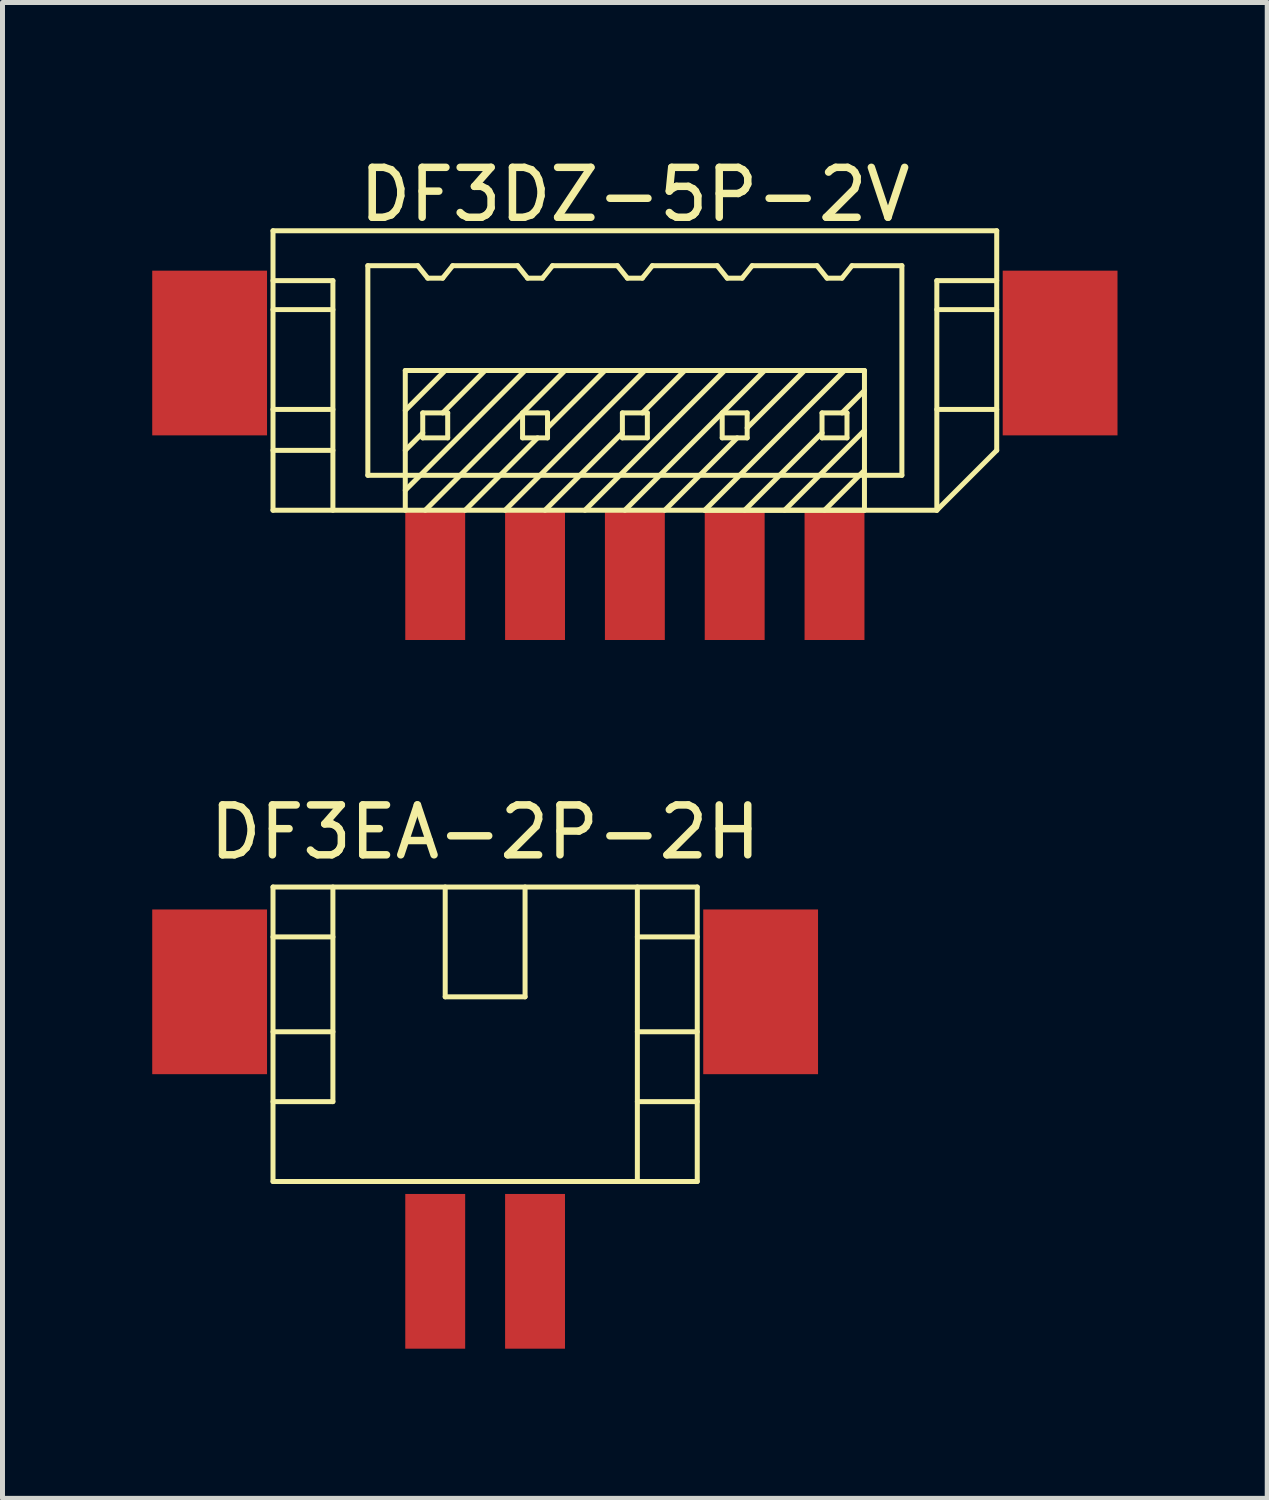
<source format=kicad_pcb>
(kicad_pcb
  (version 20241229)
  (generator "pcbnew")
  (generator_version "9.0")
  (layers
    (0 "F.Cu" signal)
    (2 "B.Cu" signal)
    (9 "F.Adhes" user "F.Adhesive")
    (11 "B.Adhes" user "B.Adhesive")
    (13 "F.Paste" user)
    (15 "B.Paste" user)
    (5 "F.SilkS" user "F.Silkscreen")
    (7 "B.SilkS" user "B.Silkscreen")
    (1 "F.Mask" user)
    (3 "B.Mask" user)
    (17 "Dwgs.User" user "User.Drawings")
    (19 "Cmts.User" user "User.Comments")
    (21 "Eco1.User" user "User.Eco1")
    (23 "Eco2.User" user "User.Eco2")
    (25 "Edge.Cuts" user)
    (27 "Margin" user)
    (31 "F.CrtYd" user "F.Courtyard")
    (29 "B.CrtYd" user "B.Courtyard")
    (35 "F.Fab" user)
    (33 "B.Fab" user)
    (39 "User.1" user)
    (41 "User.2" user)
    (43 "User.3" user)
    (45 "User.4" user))
  (footprint "DF3DZ-5P-2V"
    (layer "F.Cu")
    (at 9.67 4.023)
    (property "Reference" "DF3DZ-5P-2V" (at 0 -3.175 0) (layer "F.SilkS") (effects (font (size 1 1) (thickness 0.15))))
    (attr through_hole)
    (fp_line (start -7.25 -2.45) (end -7.25 3.15) (stroke (width 0.1) (type solid)) (layer "F.SilkS"))
    (fp_line (start -7.25 -2.45) (end 7.25 -2.45) (stroke (width 0.1) (type solid)) (layer "F.SilkS"))
    (fp_line (start -7.25 -0.87) (end -6.05 -0.87) (stroke (width 0.1) (type solid)) (layer "F.SilkS"))
    (fp_line (start -7.25 1.13) (end -6.05 1.13) (stroke (width 0.1) (type solid)) (layer "F.SilkS"))
    (fp_line (start -7.25 1.95) (end -6.05 1.95) (stroke (width 0.1) (type solid)) (layer "F.SilkS"))
    (fp_line (start -7.25 3.15) (end 6.05 3.15) (stroke (width 0.1) (type solid)) (layer "F.SilkS"))
    (fp_line (start -6.05 -1.45) (end -7.25 -1.45) (stroke (width 0.1) (type solid)) (layer "F.SilkS"))
    (fp_line (start -6.05 3.15) (end -6.05 -1.45) (stroke (width 0.1) (type solid)) (layer "F.SilkS"))
    (fp_line (start -5.35 -1.75) (end -5.35 2.45) (stroke (width 0.1) (type solid)) (layer "F.SilkS"))
    (fp_line (start -5.35 2.45) (end 5.35 2.45) (stroke (width 0.1) (type solid)) (layer "F.SilkS"))
    (fp_line (start -4.6 0.35) (end -4.6 3.15) (stroke (width 0.1) (type solid)) (layer "F.SilkS"))
    (fp_line (start -4.35 -1.75) (end -5.35 -1.75) (stroke (width 0.1) (type solid)) (layer "F.SilkS"))
    (fp_line (start -4.35 -1.75) (end -4.15 -1.5) (stroke (width 0.1) (type solid)) (layer "F.SilkS"))
    (fp_line (start -4.25 1.2) (end -4.25 1.7) (stroke (width 0.1) (type solid)) (layer "F.SilkS"))
    (fp_line (start -4.25 1.6) (end -4.6 1.95) (stroke (width 0.1) (type solid)) (layer "F.SilkS"))
    (fp_line (start -4.25 1.7) (end -3.75 1.7) (stroke (width 0.1) (type solid)) (layer "F.SilkS"))
    (fp_line (start -4.15 -1.5) (end -3.85 -1.5) (stroke (width 0.1) (type solid)) (layer "F.SilkS"))
    (fp_line (start -3.85 -1.5) (end -3.65 -1.75) (stroke (width 0.1) (type solid)) (layer "F.SilkS"))
    (fp_line (start -3.8 0.35) (end -4.6 1.15) (stroke (width 0.1) (type solid)) (layer "F.SilkS"))
    (fp_line (start -3.75 1.2) (end -4.25 1.2) (stroke (width 0.1) (type solid)) (layer "F.SilkS"))
    (fp_line (start -3.75 1.7) (end -3.75 1.2) (stroke (width 0.1) (type solid)) (layer "F.SilkS"))
    (fp_line (start -3 0.35) (end -3.85 1.2) (stroke (width 0.1) (type solid)) (layer "F.SilkS"))
    (fp_line (start -2.35 -1.75) (end -3.65 -1.75) (stroke (width 0.1) (type solid)) (layer "F.SilkS"))
    (fp_line (start -2.35 -1.75) (end -2.15 -1.5) (stroke (width 0.1) (type solid)) (layer "F.SilkS"))
    (fp_line (start -2.25 1.2) (end -2.25 1.7) (stroke (width 0.1) (type solid)) (layer "F.SilkS"))
    (fp_line (start -2.25 1.7) (end -1.75 1.7) (stroke (width 0.1) (type solid)) (layer "F.SilkS"))
    (fp_line (start -2.2 0.35) (end -4.6 2.75) (stroke (width 0.1) (type solid)) (layer "F.SilkS"))
    (fp_line (start -2.15 -1.5) (end -1.85 -1.5) (stroke (width 0.1) (type solid)) (layer "F.SilkS"))
    (fp_line (start -1.95 1.7) (end -3.4 3.15) (stroke (width 0.1) (type solid)) (layer "F.SilkS"))
    (fp_line (start -1.85 -1.5) (end -1.65 -1.75) (stroke (width 0.1) (type solid)) (layer "F.SilkS"))
    (fp_line (start -1.75 1.2) (end -2.25 1.2) (stroke (width 0.1) (type solid)) (layer "F.SilkS"))
    (fp_line (start -1.75 1.7) (end -1.75 1.2) (stroke (width 0.1) (type solid)) (layer "F.SilkS"))
    (fp_line (start -1.4 0.35) (end -4.2 3.15) (stroke (width 0.1) (type solid)) (layer "F.SilkS"))
    (fp_line (start -0.6 0.35) (end -1.75 1.5) (stroke (width 0.1) (type solid)) (layer "F.SilkS"))
    (fp_line (start -0.35 -1.75) (end -1.65 -1.75) (stroke (width 0.1) (type solid)) (layer "F.SilkS"))
    (fp_line (start -0.35 -1.75) (end -0.15 -1.5) (stroke (width 0.1) (type solid)) (layer "F.SilkS"))
    (fp_line (start -0.25 1.2) (end -0.25 1.7) (stroke (width 0.1) (type solid)) (layer "F.SilkS"))
    (fp_line (start -0.25 1.6) (end -1.8 3.15) (stroke (width 0.1) (type solid)) (layer "F.SilkS"))
    (fp_line (start -0.25 1.7) (end 0.25 1.7) (stroke (width 0.1) (type solid)) (layer "F.SilkS"))
    (fp_line (start -0.15 -1.5) (end 0.15 -1.5) (stroke (width 0.1) (type solid)) (layer "F.SilkS"))
    (fp_line (start 0.15 -1.5) (end 0.35 -1.75) (stroke (width 0.1) (type solid)) (layer "F.SilkS"))
    (fp_line (start 0.2 0.35) (end -2.6 3.15) (stroke (width 0.1) (type solid)) (layer "F.SilkS"))
    (fp_line (start 0.25 1.2) (end -0.25 1.2) (stroke (width 0.1) (type solid)) (layer "F.SilkS"))
    (fp_line (start 0.25 1.7) (end 0.25 1.2) (stroke (width 0.1) (type solid)) (layer "F.SilkS"))
    (fp_line (start 0.6 3.15) (end 2.05 1.7) (stroke (width 0.1) (type solid)) (layer "F.SilkS"))
    (fp_line (start 1 0.35) (end 0.15 1.2) (stroke (width 0.1) (type solid)) (layer "F.SilkS"))
    (fp_line (start 1.4 3.15) (end 4.6 3.15) (stroke (width 0.1) (type solid)) (layer "F.SilkS"))
    (fp_line (start 1.65 -1.75) (end 0.35 -1.75) (stroke (width 0.1) (type solid)) (layer "F.SilkS"))
    (fp_line (start 1.65 -1.75) (end 1.85 -1.5) (stroke (width 0.1) (type solid)) (layer "F.SilkS"))
    (fp_line (start 1.75 1.2) (end 1.75 1.7) (stroke (width 0.1) (type solid)) (layer "F.SilkS"))
    (fp_line (start 1.75 1.7) (end 2.25 1.7) (stroke (width 0.1) (type solid)) (layer "F.SilkS"))
    (fp_line (start 1.8 0.35) (end -1 3.15) (stroke (width 0.1) (type solid)) (layer "F.SilkS"))
    (fp_line (start 1.85 -1.5) (end 2.15 -1.5) (stroke (width 0.1) (type solid)) (layer "F.SilkS"))
    (fp_line (start 2.15 -1.5) (end 2.35 -1.75) (stroke (width 0.1) (type solid)) (layer "F.SilkS"))
    (fp_line (start 2.2 3.15) (end 3.75 1.6) (stroke (width 0.1) (type solid)) (layer "F.SilkS"))
    (fp_line (start 2.25 1.2) (end 1.75 1.2) (stroke (width 0.1) (type solid)) (layer "F.SilkS"))
    (fp_line (start 2.25 1.7) (end 2.25 1.2) (stroke (width 0.1) (type solid)) (layer "F.SilkS"))
    (fp_line (start 2.6 0.35) (end -0.2 3.15) (stroke (width 0.1) (type solid)) (layer "F.SilkS"))
    (fp_line (start 3.4 0.35) (end 2.25 1.5) (stroke (width 0.1) (type solid)) (layer "F.SilkS"))
    (fp_line (start 3.65 -1.75) (end 2.35 -1.75) (stroke (width 0.1) (type solid)) (layer "F.SilkS"))
    (fp_line (start 3.65 -1.75) (end 3.85 -1.5) (stroke (width 0.1) (type solid)) (layer "F.SilkS"))
    (fp_line (start 3.75 1.2) (end 3.75 1.7) (stroke (width 0.1) (type solid)) (layer "F.SilkS"))
    (fp_line (start 3.75 1.7) (end 4.25 1.7) (stroke (width 0.1) (type solid)) (layer "F.SilkS"))
    (fp_line (start 3.85 -1.5) (end 4.15 -1.5) (stroke (width 0.1) (type solid)) (layer "F.SilkS"))
    (fp_line (start 4.15 -1.5) (end 4.35 -1.75) (stroke (width 0.1) (type solid)) (layer "F.SilkS"))
    (fp_line (start 4.2 0.35) (end 1.4 3.15) (stroke (width 0.1) (type solid)) (layer "F.SilkS"))
    (fp_line (start 4.25 1.2) (end 3.75 1.2) (stroke (width 0.1) (type solid)) (layer "F.SilkS"))
    (fp_line (start 4.25 1.7) (end 4.25 1.2) (stroke (width 0.1) (type solid)) (layer "F.SilkS"))
    (fp_line (start 4.6 0.35) (end -4.6 0.35) (stroke (width 0.1) (type solid)) (layer "F.SilkS"))
    (fp_line (start 4.6 0.75) (end 4.15 1.2) (stroke (width 0.1) (type solid)) (layer "F.SilkS"))
    (fp_line (start 4.6 1.55) (end 3 3.15) (stroke (width 0.1) (type solid)) (layer "F.SilkS"))
    (fp_line (start 4.6 2.35) (end 3.8 3.15) (stroke (width 0.1) (type solid)) (layer "F.SilkS"))
    (fp_line (start 4.6 3.15) (end 4.6 0.35) (stroke (width 0.1) (type solid)) (layer "F.SilkS"))
    (fp_line (start 5.35 -1.75) (end 4.35 -1.75) (stroke (width 0.1) (type solid)) (layer "F.SilkS"))
    (fp_line (start 5.35 2.45) (end 5.35 -1.75) (stroke (width 0.1) (type solid)) (layer "F.SilkS"))
    (fp_line (start 6.05 -1.45) (end 7.25 -1.45) (stroke (width 0.1) (type solid)) (layer "F.SilkS"))
    (fp_line (start 6.05 -0.87) (end 7.25 -0.87) (stroke (width 0.1) (type solid)) (layer "F.SilkS"))
    (fp_line (start 6.05 1.13) (end 7.25 1.13) (stroke (width 0.1) (type solid)) (layer "F.SilkS"))
    (fp_line (start 6.05 3.15) (end 6.05 -1.45) (stroke (width 0.1) (type solid)) (layer "F.SilkS"))
    (fp_line (start 6.05 3.15) (end 7.25 1.95) (stroke (width 0.1) (type solid)) (layer "F.SilkS"))
    (fp_line (start 7.25 -2.45) (end 7.25 1.95) (stroke (width 0.1) (type solid)) (layer "F.SilkS"))
    (pad "" smd rect (at -8.52 0) (size 2.3 3.3) (layers "F.Cu" "F.Mask" "F.Paste"))
    (pad "" smd rect (at 8.52 0) (size 2.3 3.3) (layers "F.Cu" "F.Mask" "F.Paste"))
    (pad "1" smd rect (at 4 4.45) (size 1.2 2.6) (layers "F.Cu" "F.Mask" "F.Paste"))
    (pad "2" smd rect (at 2 4.45) (size 1.2 2.6) (layers "F.Cu" "F.Mask" "F.Paste"))
    (pad "3" smd rect (at 0 4.45) (size 1.2 2.6) (layers "F.Cu" "F.Mask" "F.Paste"))
    (pad "4" smd rect (at -2 4.45) (size 1.2 2.6) (layers "F.Cu" "F.Mask" "F.Paste"))
    (pad "5" smd rect (at -4 4.45) (size 1.2 2.6) (layers "F.Cu" "F.Mask" "F.Paste")))
  (footprint "DF3EA-2P-2H"
    (layer "F.Cu")
    (at 6.67 16.822)
    (property "Reference" "DF3EA-2P-2H" (at 0 -3.2 0) (layer "F.SilkS") (effects (font (size 1 1) (thickness 0.15))))
    (attr through_hole)
    (fp_line (start -4.25 -2.1) (end -4.25 3.8) (stroke (width 0.1) (type solid)) (layer "F.SilkS"))
    (fp_line (start -4.25 -2.1) (end 4.25 -2.1) (stroke (width 0.1) (type solid)) (layer "F.SilkS"))
    (fp_line (start -4.25 -1.1) (end -3.05 -1.1) (stroke (width 0.1) (type solid)) (layer "F.SilkS"))
    (fp_line (start -4.25 0.8) (end -3.05 0.8) (stroke (width 0.1) (type solid)) (layer "F.SilkS"))
    (fp_line (start -4.25 2.2) (end -3.05 2.2) (stroke (width 0.1) (type solid)) (layer "F.SilkS"))
    (fp_line (start -4.25 3.8) (end 4.25 3.8) (stroke (width 0.1) (type solid)) (layer "F.SilkS"))
    (fp_line (start -3.05 2.2) (end -3.05 -2.1) (stroke (width 0.1) (type solid)) (layer "F.SilkS"))
    (fp_line (start -0.8 -2.1) (end -0.8 0.1) (stroke (width 0.1) (type solid)) (layer "F.SilkS"))
    (fp_line (start -0.8 0.1) (end 0.8 0.1) (stroke (width 0.1) (type solid)) (layer "F.SilkS"))
    (fp_line (start 0.8 -2.1) (end 0.8 0.1) (stroke (width 0.1) (type solid)) (layer "F.SilkS"))
    (fp_line (start 3.05 -1.1) (end 4.25 -1.1) (stroke (width 0.1) (type solid)) (layer "F.SilkS"))
    (fp_line (start 3.05 0.8) (end 4.25 0.8) (stroke (width 0.1) (type solid)) (layer "F.SilkS"))
    (fp_line (start 3.05 2.2) (end 4.25 2.2) (stroke (width 0.1) (type solid)) (layer "F.SilkS"))
    (fp_line (start 3.05 3.8) (end 3.05 -2.1) (stroke (width 0.1) (type solid)) (layer "F.SilkS"))
    (fp_line (start 4.25 -2.1) (end 4.25 3.8) (stroke (width 0.1) (type solid)) (layer "F.SilkS"))
    (pad "" smd rect (at -5.52 0) (size 2.3 3.3) (layers "F.Cu" "F.Mask" "F.Paste"))
    (pad "" smd rect (at 5.52 0) (size 2.3 3.3) (layers "F.Cu" "F.Mask" "F.Paste"))
    (pad "1" smd rect (at 1 5.6) (size 1.2 3.1) (layers "F.Cu" "F.Mask" "F.Paste"))
    (pad "2" smd rect (at -1 5.6) (size 1.2 3.1) (layers "F.Cu" "F.Mask" "F.Paste")))
  (gr_rect
    (start -3 -3)
    (end 22.34 26.971)
    (stroke (width 0.1) (type default))
    (fill no)
    (layer "Edge.Cuts")))
</source>
